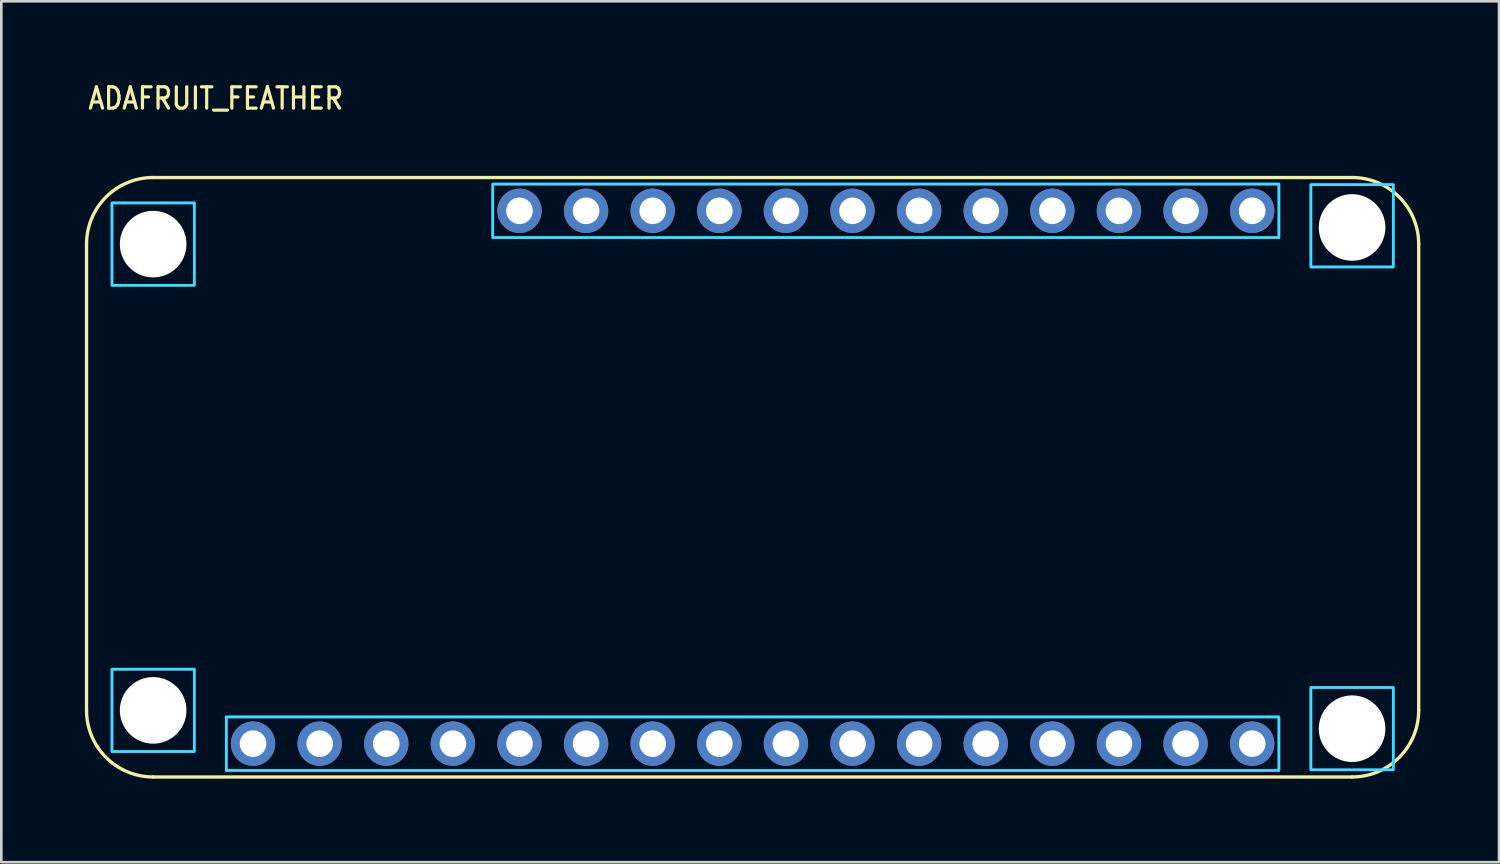
<source format=kicad_pcb>
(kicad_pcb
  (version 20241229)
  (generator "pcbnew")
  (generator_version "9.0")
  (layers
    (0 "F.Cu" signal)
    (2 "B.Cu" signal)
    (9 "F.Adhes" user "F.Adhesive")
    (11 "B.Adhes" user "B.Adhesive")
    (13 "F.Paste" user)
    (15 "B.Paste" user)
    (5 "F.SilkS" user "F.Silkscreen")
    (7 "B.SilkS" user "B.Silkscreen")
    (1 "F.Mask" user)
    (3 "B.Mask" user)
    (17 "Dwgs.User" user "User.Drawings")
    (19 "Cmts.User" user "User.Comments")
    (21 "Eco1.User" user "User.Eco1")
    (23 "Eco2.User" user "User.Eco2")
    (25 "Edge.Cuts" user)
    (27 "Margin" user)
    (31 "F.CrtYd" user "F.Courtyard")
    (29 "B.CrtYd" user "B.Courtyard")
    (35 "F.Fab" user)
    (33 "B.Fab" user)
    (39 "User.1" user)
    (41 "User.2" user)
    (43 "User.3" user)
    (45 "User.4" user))
  (footprint "ADAFRUIT_FEATHER"
    (layer "F.Cu")
    (at 0.25 26.579)
    (property "Reference" "ADAFRUIT_FEATHER" (at 0 -25.4 0) (unlocked yes) (layer "F.SilkS") (effects (font (size 0.813 0.695) (thickness 0.122)) (justify left bottom)))
    (fp_line (start 0 -2.54) (end 0 -20.32) (stroke (width 0.127) (type solid)) (layer "F.SilkS"))
    (fp_line (start 2.54 -22.86) (end 48.26 -22.86) (stroke (width 0.127) (type solid)) (layer "F.SilkS"))
    (fp_line (start 48.26 0) (end 2.54 0) (stroke (width 0.127) (type solid)) (layer "F.SilkS"))
    (fp_line (start 50.8 -20.32) (end 50.8 -2.54) (stroke (width 0.127) (type solid)) (layer "F.SilkS"))
    (fp_arc (start 0 -20.32) (mid 0.743949 -22.116051) (end 2.54 -22.86) (stroke (width 0.127) (type solid)) (layer "F.SilkS"))
    (fp_arc (start 2.54 0) (mid 0.743949 -0.743949) (end 0 -2.54) (stroke (width 0.127) (type solid)) (layer "F.SilkS"))
    (fp_arc (start 48.26 -22.86) (mid 50.056051 -22.116051) (end 50.8 -20.32) (stroke (width 0.127) (type solid)) (layer "F.SilkS"))
    (fp_arc (start 50.8 -2.54) (mid 50.056051 -0.743949) (end 48.26 0) (stroke (width 0.127) (type solid)) (layer "F.SilkS"))
    (fp_poly (pts (xy 0.97 -21.89) (xy 4.11 -21.89) (xy 4.11 -18.75) (xy 0.97 -18.75)) (stroke (width 0.1) (type solid)) (fill no) (layer "B.CrtYd"))
    (fp_poly (pts (xy 0.97 -4.11) (xy 4.11 -4.11) (xy 4.11 -0.97) (xy 0.97 -0.97)) (stroke (width 0.1) (type solid)) (fill no) (layer "B.CrtYd"))
    (fp_poly (pts (xy 5.33 -2.29) (xy 45.47 -2.29) (xy 45.47 -0.25) (xy 5.33 -0.25)) (stroke (width 0.1) (type solid)) (fill no) (layer "B.CrtYd"))
    (fp_poly (pts (xy 15.49 -20.57) (xy 45.47 -20.57) (xy 45.47 -22.61) (xy 15.49 -22.61)) (stroke (width 0.1) (type solid)) (fill no) (layer "B.CrtYd"))
    (fp_poly (pts (xy 46.69 -22.588) (xy 46.69 -19.448) (xy 49.83 -19.448) (xy 49.83 -22.588)) (stroke (width 0.1) (type solid)) (fill no) (layer "B.CrtYd"))
    (fp_poly (pts (xy 46.69 -3.412) (xy 49.83 -3.412) (xy 49.83 -0.272) (xy 46.69 -0.272)) (stroke (width 0.1) (type solid)) (fill no) (layer "B.CrtYd"))
    (fp_poly (pts (xy 0.97 -21.89) (xy 4.11 -21.89) (xy 4.11 -18.75) (xy 0.97 -18.75)) (stroke (width 0.1) (type solid)) (fill no) (layer "F.CrtYd"))
    (fp_poly (pts (xy 0.97 -4.11) (xy 4.11 -4.11) (xy 4.11 -0.97) (xy 0.97 -0.97)) (stroke (width 0.1) (type solid)) (fill no) (layer "F.CrtYd"))
    (fp_poly (pts (xy 5.33 -2.29) (xy 45.47 -2.29) (xy 45.47 -0.25) (xy 5.33 -0.25)) (stroke (width 0.1) (type solid)) (fill no) (layer "F.CrtYd"))
    (fp_poly (pts (xy 15.49 -20.57) (xy 45.47 -20.57) (xy 45.47 -22.61) (xy 15.49 -22.61)) (stroke (width 0.1) (type solid)) (fill no) (layer "F.CrtYd"))
    (fp_poly (pts (xy 46.69 -22.588) (xy 46.69 -19.448) (xy 49.83 -19.448) (xy 49.83 -22.588)) (stroke (width 0.1) (type solid)) (fill no) (layer "F.CrtYd"))
    (fp_poly (pts (xy 46.69 -3.412) (xy 49.83 -3.412) (xy 49.83 -0.272) (xy 46.69 -0.272)) (stroke (width 0.1) (type solid)) (fill no) (layer "F.CrtYd"))
    (pad "" np_thru_hole circle (at 2.54 -20.32) (size 2.54 2.54) (drill 2.54) (layers "*.Cu" "*.Mask"))
    (pad "" np_thru_hole circle (at 2.54 -2.54) (size 2.54 2.54) (drill 2.54) (layers "*.Cu" "*.Mask"))
    (pad "" np_thru_hole circle (at 48.26 -20.955) (size 2.54 2.54) (drill 2.54) (layers "*.Cu" "*.Mask"))
    (pad "" np_thru_hole circle (at 48.26 -1.841) (size 2.54 2.54) (drill 2.54) (layers "*.Cu" "*.Mask"))
    (pad "1" thru_hole oval (at 6.35 -1.27) (size 1.693 1.693) (drill 1.016) (layers "*.Cu" "*.Mask"))
    (pad "2" thru_hole oval (at 8.89 -1.27) (size 1.693 1.693) (drill 1.016) (layers "*.Cu" "*.Mask"))
    (pad "3" thru_hole oval (at 11.43 -1.27) (size 1.693 1.693) (drill 1.016) (layers "*.Cu" "*.Mask"))
    (pad "4" thru_hole oval (at 13.97 -1.27) (size 1.693 1.693) (drill 1.016) (layers "*.Cu" "*.Mask"))
    (pad "5" thru_hole oval (at 16.51 -1.27) (size 1.693 1.693) (drill 1.016) (layers "*.Cu" "*.Mask"))
    (pad "6" thru_hole oval (at 19.05 -1.27) (size 1.693 1.693) (drill 1.016) (layers "*.Cu" "*.Mask"))
    (pad "7" thru_hole oval (at 21.59 -1.27) (size 1.693 1.693) (drill 1.016) (layers "*.Cu" "*.Mask"))
    (pad "8" thru_hole oval (at 24.13 -1.27) (size 1.693 1.693) (drill 1.016) (layers "*.Cu" "*.Mask"))
    (pad "9" thru_hole oval (at 26.67 -1.27) (size 1.693 1.693) (drill 1.016) (layers "*.Cu" "*.Mask"))
    (pad "10" thru_hole oval (at 29.21 -1.27) (size 1.693 1.693) (drill 1.016) (layers "*.Cu" "*.Mask"))
    (pad "11" thru_hole oval (at 31.75 -1.27) (size 1.693 1.693) (drill 1.016) (layers "*.Cu" "*.Mask"))
    (pad "12" thru_hole oval (at 34.29 -1.27) (size 1.693 1.693) (drill 1.016) (layers "*.Cu" "*.Mask"))
    (pad "13" thru_hole oval (at 36.83 -1.27) (size 1.693 1.693) (drill 1.016) (layers "*.Cu" "*.Mask"))
    (pad "14" thru_hole oval (at 39.37 -1.27) (size 1.693 1.693) (drill 1.016) (layers "*.Cu" "*.Mask"))
    (pad "15" thru_hole oval (at 41.91 -1.27) (size 1.693 1.693) (drill 1.016) (layers "*.Cu" "*.Mask"))
    (pad "16" thru_hole oval (at 44.45 -1.27) (size 1.693 1.693) (drill 1.016) (layers "*.Cu" "*.Mask"))
    (pad "17" thru_hole oval (at 44.45 -21.59) (size 1.693 1.693) (drill 1.016) (layers "*.Cu" "*.Mask"))
    (pad "18" thru_hole oval (at 41.91 -21.59) (size 1.693 1.693) (drill 1.016) (layers "*.Cu" "*.Mask"))
    (pad "19" thru_hole oval (at 39.37 -21.59) (size 1.693 1.693) (drill 1.016) (layers "*.Cu" "*.Mask"))
    (pad "20" thru_hole oval (at 36.83 -21.59) (size 1.693 1.693) (drill 1.016) (layers "*.Cu" "*.Mask"))
    (pad "21" thru_hole oval (at 34.29 -21.59) (size 1.693 1.693) (drill 1.016) (layers "*.Cu" "*.Mask"))
    (pad "22" thru_hole oval (at 31.75 -21.59) (size 1.693 1.693) (drill 1.016) (layers "*.Cu" "*.Mask"))
    (pad "23" thru_hole oval (at 29.21 -21.59) (size 1.693 1.693) (drill 1.016) (layers "*.Cu" "*.Mask"))
    (pad "24" thru_hole oval (at 26.67 -21.59) (size 1.693 1.693) (drill 1.016) (layers "*.Cu" "*.Mask"))
    (pad "25" thru_hole oval (at 24.13 -21.59) (size 1.693 1.693) (drill 1.016) (layers "*.Cu" "*.Mask"))
    (pad "26" thru_hole oval (at 21.59 -21.59) (size 1.693 1.693) (drill 1.016) (layers "*.Cu" "*.Mask"))
    (pad "27" thru_hole oval (at 19.05 -21.59) (size 1.693 1.693) (drill 1.016) (layers "*.Cu" "*.Mask"))
    (pad "28" thru_hole oval (at 16.51 -21.59) (size 1.693 1.693) (drill 1.016) (layers "*.Cu" "*.Mask")))
  (gr_rect
    (start -3 -3)
    (end 54.114 29.829)
    (stroke (width 0.1) (type default))
    (fill no)
    (layer "Edge.Cuts")))
</source>
